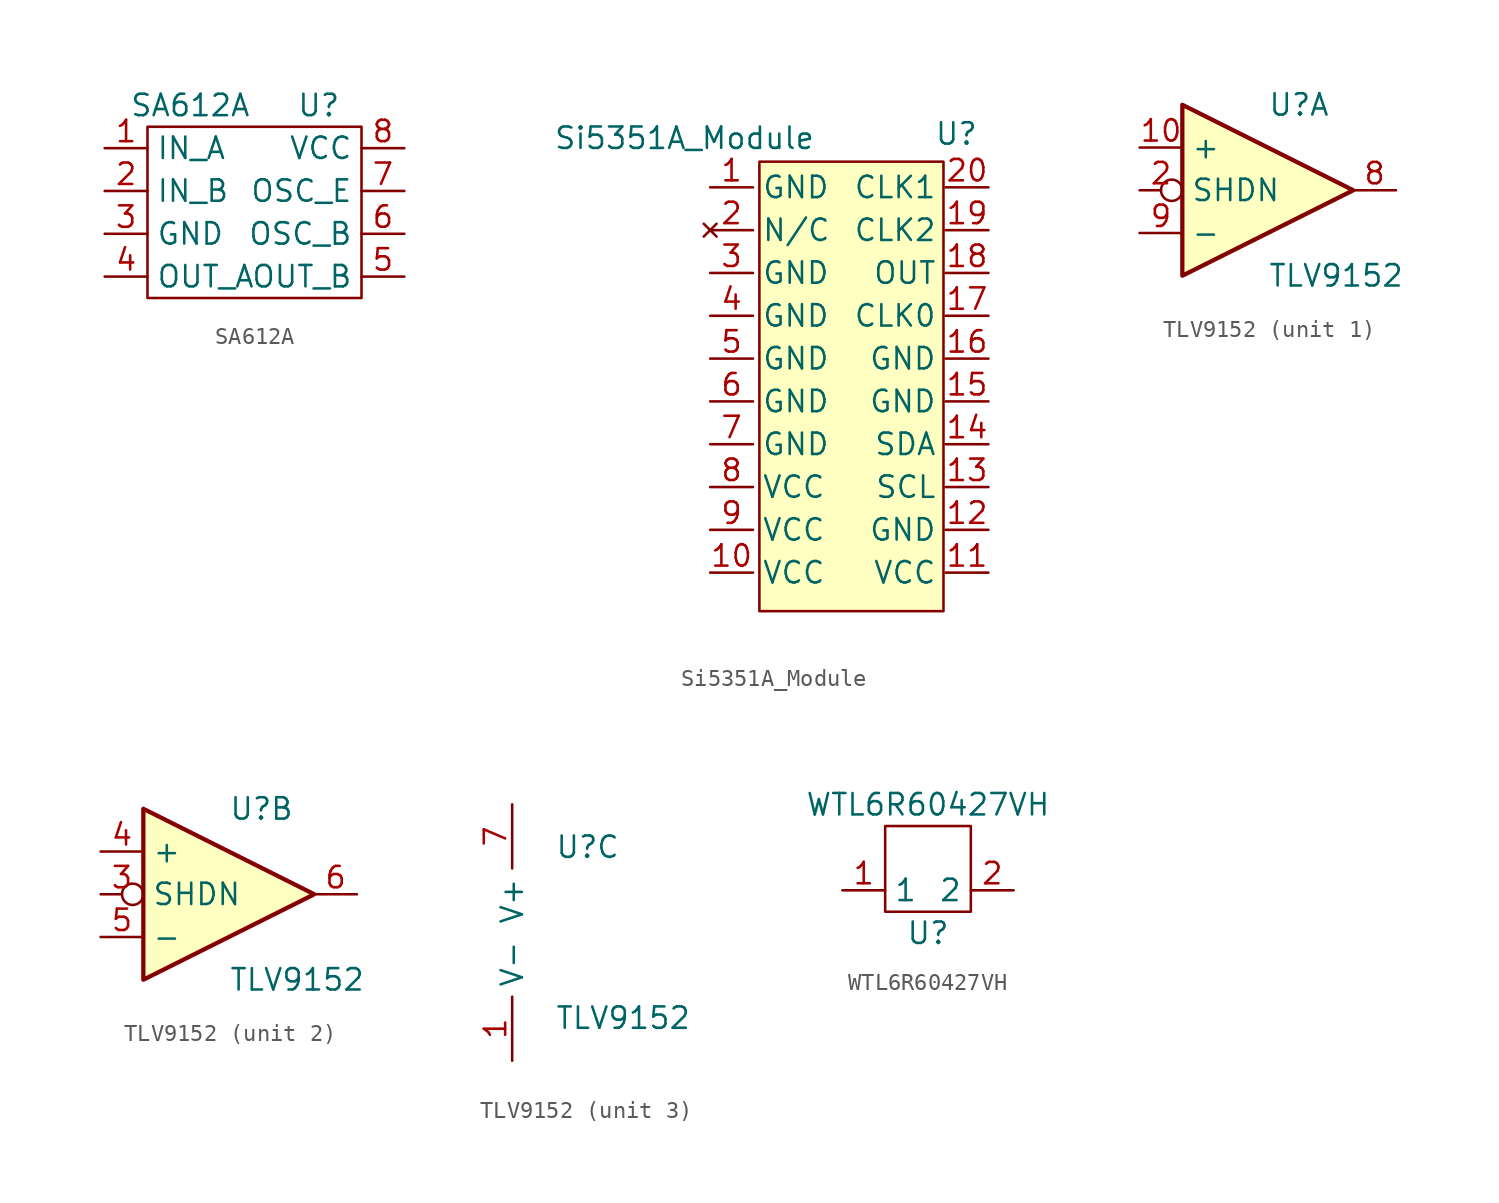
<source format=kicad_sym>
(kicad_symbol_lib
  (version 20211014)
  (generator kicad_symbol_editor)
  (symbol "SA612A"
    (property "Reference" "U"
      (at 3.81 6.35 0)
      (effects (font (size 1.27 1.27))))
    (property "Value" "SA612A"
      (at -3.81 6.35 0)
      (effects (font (size 1.27 1.27))))
    (symbol "SA612A_0_0"
      (pin input line (at -8.89 3.81 0) (length 2.54) (name "IN_A" (effects (font (size 1.27 1.27)))) (number "1" (effects (font (size 1.27 1.27)))))
      (pin input line (at -8.89 1.27 0) (length 2.54) (name "IN_B" (effects (font (size 1.27 1.27)))) (number "2" (effects (font (size 1.27 1.27)))))
      (pin power_in line (at -8.89 -1.27 0) (length 2.54) (name "GND" (effects (font (size 1.27 1.27)))) (number "3" (effects (font (size 1.27 1.27)))))
      (pin output line (at -8.89 -3.81 0) (length 2.54) (name "OUT_A" (effects (font (size 1.27 1.27)))) (number "4" (effects (font (size 1.27 1.27)))))
      (pin output line (at 8.89 -3.81 180) (length 2.54) (name "OUT_B" (effects (font (size 1.27 1.27)))) (number "5" (effects (font (size 1.27 1.27)))))
      (pin input line (at 8.89 -1.27 180) (length 2.54) (name "OSC_B" (effects (font (size 1.27 1.27)))) (number "6" (effects (font (size 1.27 1.27)))))
      (pin input line (at 8.89 1.27 180) (length 2.54) (name "OSC_E" (effects (font (size 1.27 1.27)))) (number "7" (effects (font (size 1.27 1.27)))))
      (pin power_in line (at 8.89 3.81 180) (length 2.54) (name "VCC" (effects (font (size 1.27 1.27)))) (number "8" (effects (font (size 1.27 1.27))))))
    (symbol "SA612A_0_1"
      (rectangle (start -6.35 5.08) (end 6.35 -5.08) (stroke (width 0.152) (type default) (color 0 0 0 0)) (fill (type none)))))
  (symbol "Si5351A_Module"
    (property "Reference" "U"
      (at 6.604 14.351 0)
      (effects (font (size 1.27 1.27))))
    (property "Value" "Si5351A_Module"
      (at -9.525 14.097 0)
      (effects (font (size 1.27 1.27))))
    (symbol "Si5351A_Module_0_0"
      (pin power_in line (at -8.001 11.176 0) (length 2.54) (name "GND" (effects (font (size 1.27 1.27)))) (number "1" (effects (font (size 1.27 1.27)))))
      (pin power_in line (at -8.001 -11.684 0) (length 2.54) (name "VCC" (effects (font (size 1.27 1.27)))) (number "10" (effects (font (size 1.27 1.27)))))
      (pin power_in line (at 8.509 -11.684 180) (length 2.54) (name "VCC" (effects (font (size 1.27 1.27)))) (number "11" (effects (font (size 1.27 1.27)))))
      (pin power_in line (at 8.509 -9.144 180) (length 2.54) (name "GND" (effects (font (size 1.27 1.27)))) (number "12" (effects (font (size 1.27 1.27)))))
      (pin input line (at 8.509 -6.604 180) (length 2.54) (name "SCL" (effects (font (size 1.27 1.27)))) (number "13" (effects (font (size 1.27 1.27)))))
      (pin bidirectional line (at 8.509 -4.064 180) (length 2.54) (name "SDA" (effects (font (size 1.27 1.27)))) (number "14" (effects (font (size 1.27 1.27)))))
      (pin power_in line (at 8.509 -1.524 180) (length 2.54) (name "GND" (effects (font (size 1.27 1.27)))) (number "15" (effects (font (size 1.27 1.27)))))
      (pin power_in line (at 8.509 1.016 180) (length 2.54) (name "GND" (effects (font (size 1.27 1.27)))) (number "16" (effects (font (size 1.27 1.27)))))
      (pin output line (at 8.509 3.556 180) (length 2.54) (name "CLK0" (effects (font (size 1.27 1.27)))) (number "17" (effects (font (size 1.27 1.27)))))
      (pin output line (at 8.509 6.096 180) (length 2.54) (name "OUT" (effects (font (size 1.27 1.27)))) (number "18" (effects (font (size 1.27 1.27)))))
      (pin output line (at 8.509 8.636 180) (length 2.54) (name "CLK2" (effects (font (size 1.27 1.27)))) (number "19" (effects (font (size 1.27 1.27)))))
      (pin no_connect line (at -8.001 8.636 0) (length 2.54) (name "N/C" (effects (font (size 1.27 1.27)))) (number "2" (effects (font (size 1.27 1.27)))))
      (pin output line (at 8.509 11.176 180) (length 2.54) (name "CLK1" (effects (font (size 1.27 1.27)))) (number "20" (effects (font (size 1.27 1.27)))))
      (pin power_in line (at -8.001 6.096 0) (length 2.54) (name "GND" (effects (font (size 1.27 1.27)))) (number "3" (effects (font (size 1.27 1.27)))))
      (pin power_in line (at -8.001 3.556 0) (length 2.54) (name "GND" (effects (font (size 1.27 1.27)))) (number "4" (effects (font (size 1.27 1.27)))))
      (pin power_in line (at -8.001 1.016 0) (length 2.54) (name "GND" (effects (font (size 1.27 1.27)))) (number "5" (effects (font (size 1.27 1.27)))))
      (pin power_in line (at -8.001 -1.524 0) (length 2.54) (name "GND" (effects (font (size 1.27 1.27)))) (number "6" (effects (font (size 1.27 1.27)))))
      (pin power_in line (at -8.001 -4.064 0) (length 2.54) (name "GND" (effects (font (size 1.27 1.27)))) (number "7" (effects (font (size 1.27 1.27)))))
      (pin power_in line (at -8.001 -6.604 0) (length 2.54) (name "VCC" (effects (font (size 1.27 1.27)))) (number "8" (effects (font (size 1.27 1.27)))))
      (pin power_in line (at -8.001 -9.144 0) (length 2.54) (name "VCC" (effects (font (size 1.27 1.27)))) (number "9" (effects (font (size 1.27 1.27))))))
    (symbol "Si5351A_Module_0_1"
      (rectangle (start -5.08 12.7) (end 5.842 -13.97) (stroke (width 0.152) (type default) (color 0 0 0 0)) (fill (type background)))))
  (symbol "TLV9152"
    (property "Reference" "U"
      (at 0 5.08 0)
      (effects (font (size 1.27 1.27)) (justify left)))
    (property "Value" "TLV9152"
      (at 0 -5.08 0)
      (effects (font (size 1.27 1.27)) (justify left)))
    (property "ki_locked" ""
      (at 0 0 0)
      (effects (font (size 1.27 1.27))))
    (symbol "TLV9152_1_1"
      (polyline (pts (xy -5.08 5.08) (xy 5.08 0) (xy -5.08 -5.08) (xy -5.08 5.08)) (stroke (width 0.254) (type default) (color 0 0 0 0)) (fill (type background)))
      (pin input line (at -7.62 2.54 0) (length 2.54) (name "+" (effects (font (size 1.27 1.27)))) (number "10" (effects (font (size 1.27 1.27)))))
      (pin input inverted (at -7.62 0 0) (length 2.54) (name "SHDN" (effects (font (size 1.27 1.27)))) (number "2" (effects (font (size 1.27 1.27)))))
      (pin output line (at 7.62 0 180) (length 2.54) (name "~" (effects (font (size 1.27 1.27)))) (number "8" (effects (font (size 1.27 1.27)))))
      (pin input line (at -7.62 -2.54 0) (length 2.54) (name "-" (effects (font (size 1.27 1.27)))) (number "9" (effects (font (size 1.27 1.27))))))
    (symbol "TLV9152_2_1"
      (polyline (pts (xy -5.08 5.08) (xy 5.08 0) (xy -5.08 -5.08) (xy -5.08 5.08)) (stroke (width 0.254) (type default) (color 0 0 0 0)) (fill (type background)))
      (pin input inverted (at -7.62 0 0) (length 2.54) (name "SHDN" (effects (font (size 1.27 1.27)))) (number "3" (effects (font (size 1.27 1.27)))))
      (pin input line (at -7.62 2.54 0) (length 2.54) (name "+" (effects (font (size 1.27 1.27)))) (number "4" (effects (font (size 1.27 1.27)))))
      (pin input line (at -7.62 -2.54 0) (length 2.54) (name "-" (effects (font (size 1.27 1.27)))) (number "5" (effects (font (size 1.27 1.27)))))
      (pin output line (at 7.62 0 180) (length 2.54) (name "~" (effects (font (size 1.27 1.27)))) (number "6" (effects (font (size 1.27 1.27))))))
    (symbol "TLV9152_3_1"
      (pin power_in line (at -2.54 -7.62 90) (length 3.81) (name "V-" (effects (font (size 1.27 1.27)))) (number "1" (effects (font (size 1.27 1.27)))))
      (pin power_in line (at -2.54 7.62 270) (length 3.81) (name "V+" (effects (font (size 1.27 1.27)))) (number "7" (effects (font (size 1.27 1.27)))))))
  (symbol "WTL6R60427VH"
    (property "Reference" "U"
      (at 0 -3.81 0)
      (effects (font (size 1.27 1.27))))
    (property "Value" "WTL6R60427VH"
      (at 0 3.81 0)
      (effects (font (size 1.27 1.27))))
    (symbol "WTL6R60427VH_0_1"
      (rectangle (start 2.54 -2.54) (end -2.54 2.54) (stroke (width 0.152) (type default) (color 0 0 0 0)) (fill (type none))))
    (symbol "WTL6R60427VH_1_1"
      (pin input line (at -5.08 -1.27 0) (length 2.54) (name "1" (effects (font (size 1.27 1.27)))) (number "1" (effects (font (size 1.27 1.27)))))
      (pin input line (at 5.08 -1.27 180) (length 2.54) (name "2" (effects (font (size 1.27 1.27)))) (number "2" (effects (font (size 1.27 1.27))))))))
</source>
